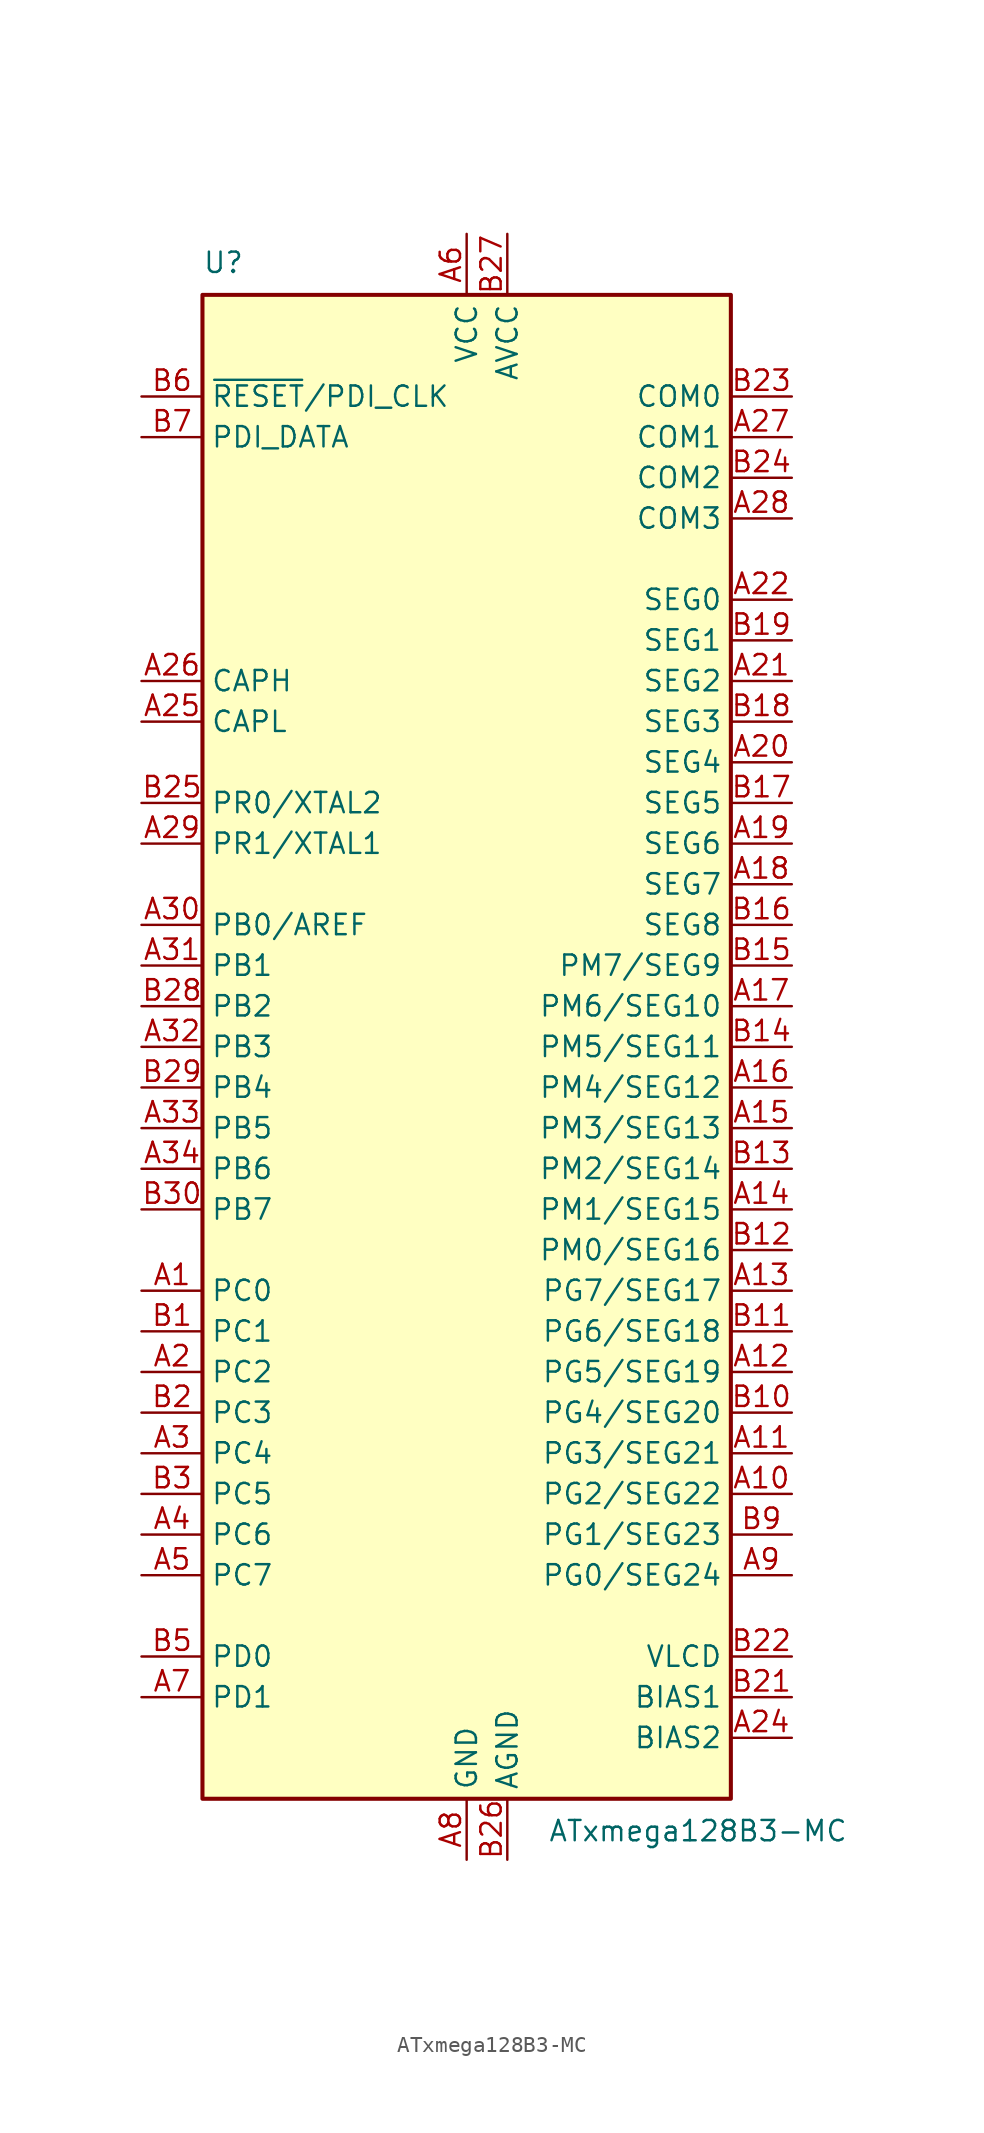
<source format=kicad_sym>
(kicad_symbol_lib
  (version 20201005)
  (generator kicad_symbol_editor)
  (symbol "ATxmega128B3-MC"
    (property "Reference" "U"
      (at -16.51 48.26 0)
      (effects (font (size 1.27 1.27)) (justify left bottom)))
    (property "Value" "ATxmega128B3-MC"
      (at 5.08 -48.26 0)
      (effects (font (size 1.27 1.27)) (justify left top)))
    (symbol "ATxmega128B3-MC_0_1"
      (rectangle (start -16.51 -46.99) (end 16.51 46.99) (stroke (width 0.254)) (fill (type background))))
    (symbol "ATxmega128B3-MC_1_1"
      (pin bidirectional line (at -20.32 -15.24 0) (length 3.81) (name "PC0" (effects (font (size 1.27 1.27)))) (number "A1" (effects (font (size 1.27 1.27)))))
      (pin bidirectional line (at 20.32 -27.94 180) (length 3.81) (name "PG2/SEG22" (effects (font (size 1.27 1.27)))) (number "A10" (effects (font (size 1.27 1.27)))))
      (pin bidirectional line (at 20.32 -25.4 180) (length 3.81) (name "PG3/SEG21" (effects (font (size 1.27 1.27)))) (number "A11" (effects (font (size 1.27 1.27)))))
      (pin bidirectional line (at 20.32 -20.32 180) (length 3.81) (name "PG5/SEG19" (effects (font (size 1.27 1.27)))) (number "A12" (effects (font (size 1.27 1.27)))))
      (pin bidirectional line (at 20.32 -15.24 180) (length 3.81) (name "PG7/SEG17" (effects (font (size 1.27 1.27)))) (number "A13" (effects (font (size 1.27 1.27)))))
      (pin bidirectional line (at 20.32 -10.16 180) (length 3.81) (name "PM1/SEG15" (effects (font (size 1.27 1.27)))) (number "A14" (effects (font (size 1.27 1.27)))))
      (pin bidirectional line (at 20.32 -5.08 180) (length 3.81) (name "PM3/SEG13" (effects (font (size 1.27 1.27)))) (number "A15" (effects (font (size 1.27 1.27)))))
      (pin bidirectional line (at 20.32 -2.54 180) (length 3.81) (name "PM4/SEG12" (effects (font (size 1.27 1.27)))) (number "A16" (effects (font (size 1.27 1.27)))))
      (pin bidirectional line (at 20.32 2.54 180) (length 3.81) (name "PM6/SEG10" (effects (font (size 1.27 1.27)))) (number "A17" (effects (font (size 1.27 1.27)))))
      (pin output line (at 20.32 10.16 180) (length 3.81) (name "SEG7" (effects (font (size 1.27 1.27)))) (number "A18" (effects (font (size 1.27 1.27)))))
      (pin output line (at 20.32 12.7 180) (length 3.81) (name "SEG6" (effects (font (size 1.27 1.27)))) (number "A19" (effects (font (size 1.27 1.27)))))
      (pin bidirectional line (at -20.32 -20.32 0) (length 3.81) (name "PC2" (effects (font (size 1.27 1.27)))) (number "A2" (effects (font (size 1.27 1.27)))))
      (pin output line (at 20.32 17.78 180) (length 3.81) (name "SEG4" (effects (font (size 1.27 1.27)))) (number "A20" (effects (font (size 1.27 1.27)))))
      (pin output line (at 20.32 22.86 180) (length 3.81) (name "SEG2" (effects (font (size 1.27 1.27)))) (number "A21" (effects (font (size 1.27 1.27)))))
      (pin output line (at 20.32 27.94 180) (length 3.81) (name "SEG0" (effects (font (size 1.27 1.27)))) (number "A22" (effects (font (size 1.27 1.27)))))
      (pin passive line (at 0 50.8 270) (length 3.81) hide (name "VCC" (effects (font (size 1.27 1.27)))) (number "A23" (effects (font (size 1.27 1.27)))))
      (pin power_out line (at 20.32 -43.18 180) (length 3.81) (name "BIAS2" (effects (font (size 1.27 1.27)))) (number "A24" (effects (font (size 1.27 1.27)))))
      (pin passive line (at -20.32 20.32 0) (length 3.81) (name "CAPL" (effects (font (size 1.27 1.27)))) (number "A25" (effects (font (size 1.27 1.27)))))
      (pin passive line (at -20.32 22.86 0) (length 3.81) (name "CAPH" (effects (font (size 1.27 1.27)))) (number "A26" (effects (font (size 1.27 1.27)))))
      (pin output line (at 20.32 38.1 180) (length 3.81) (name "COM1" (effects (font (size 1.27 1.27)))) (number "A27" (effects (font (size 1.27 1.27)))))
      (pin output line (at 20.32 33.02 180) (length 3.81) (name "COM3" (effects (font (size 1.27 1.27)))) (number "A28" (effects (font (size 1.27 1.27)))))
      (pin bidirectional line (at -20.32 12.7 0) (length 3.81) (name "PR1/XTAL1" (effects (font (size 1.27 1.27)))) (number "A29" (effects (font (size 1.27 1.27)))))
      (pin bidirectional line (at -20.32 -25.4 0) (length 3.81) (name "PC4" (effects (font (size 1.27 1.27)))) (number "A3" (effects (font (size 1.27 1.27)))))
      (pin bidirectional line (at -20.32 7.62 0) (length 3.81) (name "PB0/AREF" (effects (font (size 1.27 1.27)))) (number "A30" (effects (font (size 1.27 1.27)))))
      (pin bidirectional line (at -20.32 5.08 0) (length 3.81) (name "PB1" (effects (font (size 1.27 1.27)))) (number "A31" (effects (font (size 1.27 1.27)))))
      (pin bidirectional line (at -20.32 0 0) (length 3.81) (name "PB3" (effects (font (size 1.27 1.27)))) (number "A32" (effects (font (size 1.27 1.27)))))
      (pin bidirectional line (at -20.32 -5.08 0) (length 3.81) (name "PB5" (effects (font (size 1.27 1.27)))) (number "A33" (effects (font (size 1.27 1.27)))))
      (pin bidirectional line (at -20.32 -7.62 0) (length 3.81) (name "PB6" (effects (font (size 1.27 1.27)))) (number "A34" (effects (font (size 1.27 1.27)))))
      (pin bidirectional line (at -20.32 -30.48 0) (length 3.81) (name "PC6" (effects (font (size 1.27 1.27)))) (number "A4" (effects (font (size 1.27 1.27)))))
      (pin bidirectional line (at -20.32 -33.02 0) (length 3.81) (name "PC7" (effects (font (size 1.27 1.27)))) (number "A5" (effects (font (size 1.27 1.27)))))
      (pin power_in line (at 0 50.8 270) (length 3.81) (name "VCC" (effects (font (size 1.27 1.27)))) (number "A6" (effects (font (size 1.27 1.27)))))
      (pin bidirectional line (at -20.32 -40.64 0) (length 3.81) (name "PD1" (effects (font (size 1.27 1.27)))) (number "A7" (effects (font (size 1.27 1.27)))))
      (pin power_in line (at 0 -50.8 90) (length 3.81) (name "GND" (effects (font (size 1.27 1.27)))) (number "A8" (effects (font (size 1.27 1.27)))))
      (pin bidirectional line (at 20.32 -33.02 180) (length 3.81) (name "PG0/SEG24" (effects (font (size 1.27 1.27)))) (number "A9" (effects (font (size 1.27 1.27)))))
      (pin bidirectional line (at -20.32 -17.78 0) (length 3.81) (name "PC1" (effects (font (size 1.27 1.27)))) (number "B1" (effects (font (size 1.27 1.27)))))
      (pin bidirectional line (at 20.32 -22.86 180) (length 3.81) (name "PG4/SEG20" (effects (font (size 1.27 1.27)))) (number "B10" (effects (font (size 1.27 1.27)))))
      (pin bidirectional line (at 20.32 -17.78 180) (length 3.81) (name "PG6/SEG18" (effects (font (size 1.27 1.27)))) (number "B11" (effects (font (size 1.27 1.27)))))
      (pin bidirectional line (at 20.32 -12.7 180) (length 3.81) (name "PM0/SEG16" (effects (font (size 1.27 1.27)))) (number "B12" (effects (font (size 1.27 1.27)))))
      (pin bidirectional line (at 20.32 -7.62 180) (length 3.81) (name "PM2/SEG14" (effects (font (size 1.27 1.27)))) (number "B13" (effects (font (size 1.27 1.27)))))
      (pin bidirectional line (at 20.32 0 180) (length 3.81) (name "PM5/SEG11" (effects (font (size 1.27 1.27)))) (number "B14" (effects (font (size 1.27 1.27)))))
      (pin bidirectional line (at 20.32 5.08 180) (length 3.81) (name "PM7/SEG9" (effects (font (size 1.27 1.27)))) (number "B15" (effects (font (size 1.27 1.27)))))
      (pin output line (at 20.32 7.62 180) (length 3.81) (name "SEG8" (effects (font (size 1.27 1.27)))) (number "B16" (effects (font (size 1.27 1.27)))))
      (pin output line (at 20.32 15.24 180) (length 3.81) (name "SEG5" (effects (font (size 1.27 1.27)))) (number "B17" (effects (font (size 1.27 1.27)))))
      (pin output line (at 20.32 20.32 180) (length 3.81) (name "SEG3" (effects (font (size 1.27 1.27)))) (number "B18" (effects (font (size 1.27 1.27)))))
      (pin output line (at 20.32 25.4 180) (length 3.81) (name "SEG1" (effects (font (size 1.27 1.27)))) (number "B19" (effects (font (size 1.27 1.27)))))
      (pin bidirectional line (at -20.32 -22.86 0) (length 3.81) (name "PC3" (effects (font (size 1.27 1.27)))) (number "B2" (effects (font (size 1.27 1.27)))))
      (pin passive line (at 0 -50.8 90) (length 3.81) hide (name "GND" (effects (font (size 1.27 1.27)))) (number "B20" (effects (font (size 1.27 1.27)))))
      (pin power_out line (at 20.32 -40.64 180) (length 3.81) (name "BIAS1" (effects (font (size 1.27 1.27)))) (number "B21" (effects (font (size 1.27 1.27)))))
      (pin power_out line (at 20.32 -38.1 180) (length 3.81) (name "VLCD" (effects (font (size 1.27 1.27)))) (number "B22" (effects (font (size 1.27 1.27)))))
      (pin output line (at 20.32 40.64 180) (length 3.81) (name "COM0" (effects (font (size 1.27 1.27)))) (number "B23" (effects (font (size 1.27 1.27)))))
      (pin output line (at 20.32 35.56 180) (length 3.81) (name "COM2" (effects (font (size 1.27 1.27)))) (number "B24" (effects (font (size 1.27 1.27)))))
      (pin bidirectional line (at -20.32 15.24 0) (length 3.81) (name "PR0/XTAL2" (effects (font (size 1.27 1.27)))) (number "B25" (effects (font (size 1.27 1.27)))))
      (pin power_in line (at 2.54 -50.8 90) (length 3.81) (name "AGND" (effects (font (size 1.27 1.27)))) (number "B26" (effects (font (size 1.27 1.27)))))
      (pin power_in line (at 2.54 50.8 270) (length 3.81) (name "AVCC" (effects (font (size 1.27 1.27)))) (number "B27" (effects (font (size 1.27 1.27)))))
      (pin bidirectional line (at -20.32 2.54 0) (length 3.81) (name "PB2" (effects (font (size 1.27 1.27)))) (number "B28" (effects (font (size 1.27 1.27)))))
      (pin bidirectional line (at -20.32 -2.54 0) (length 3.81) (name "PB4" (effects (font (size 1.27 1.27)))) (number "B29" (effects (font (size 1.27 1.27)))))
      (pin bidirectional line (at -20.32 -27.94 0) (length 3.81) (name "PC5" (effects (font (size 1.27 1.27)))) (number "B3" (effects (font (size 1.27 1.27)))))
      (pin bidirectional line (at -20.32 -10.16 0) (length 3.81) (name "PB7" (effects (font (size 1.27 1.27)))) (number "B30" (effects (font (size 1.27 1.27)))))
      (pin passive line (at 0 -50.8 90) (length 3.81) hide (name "GND" (effects (font (size 1.27 1.27)))) (number "B4" (effects (font (size 1.27 1.27)))))
      (pin bidirectional line (at -20.32 -38.1 0) (length 3.81) (name "PD0" (effects (font (size 1.27 1.27)))) (number "B5" (effects (font (size 1.27 1.27)))))
      (pin input line (at -20.32 40.64 0) (length 3.81) (name "~RESET~/PDI_CLK" (effects (font (size 1.27 1.27)))) (number "B6" (effects (font (size 1.27 1.27)))))
      (pin bidirectional line (at -20.32 38.1 0) (length 3.81) (name "PDI_DATA" (effects (font (size 1.27 1.27)))) (number "B7" (effects (font (size 1.27 1.27)))))
      (pin passive line (at 0 50.8 270) (length 3.81) hide (name "VCC" (effects (font (size 1.27 1.27)))) (number "B8" (effects (font (size 1.27 1.27)))))
      (pin bidirectional line (at 20.32 -30.48 180) (length 3.81) (name "PG1/SEG23" (effects (font (size 1.27 1.27)))) (number "B9" (effects (font (size 1.27 1.27)))))
      (pin passive line (at 0 -50.8 90) (length 3.81) hide (name "GND" (effects (font (size 1.27 1.27)))) (number "EP" (effects (font (size 1.27 1.27))))))))
</source>
